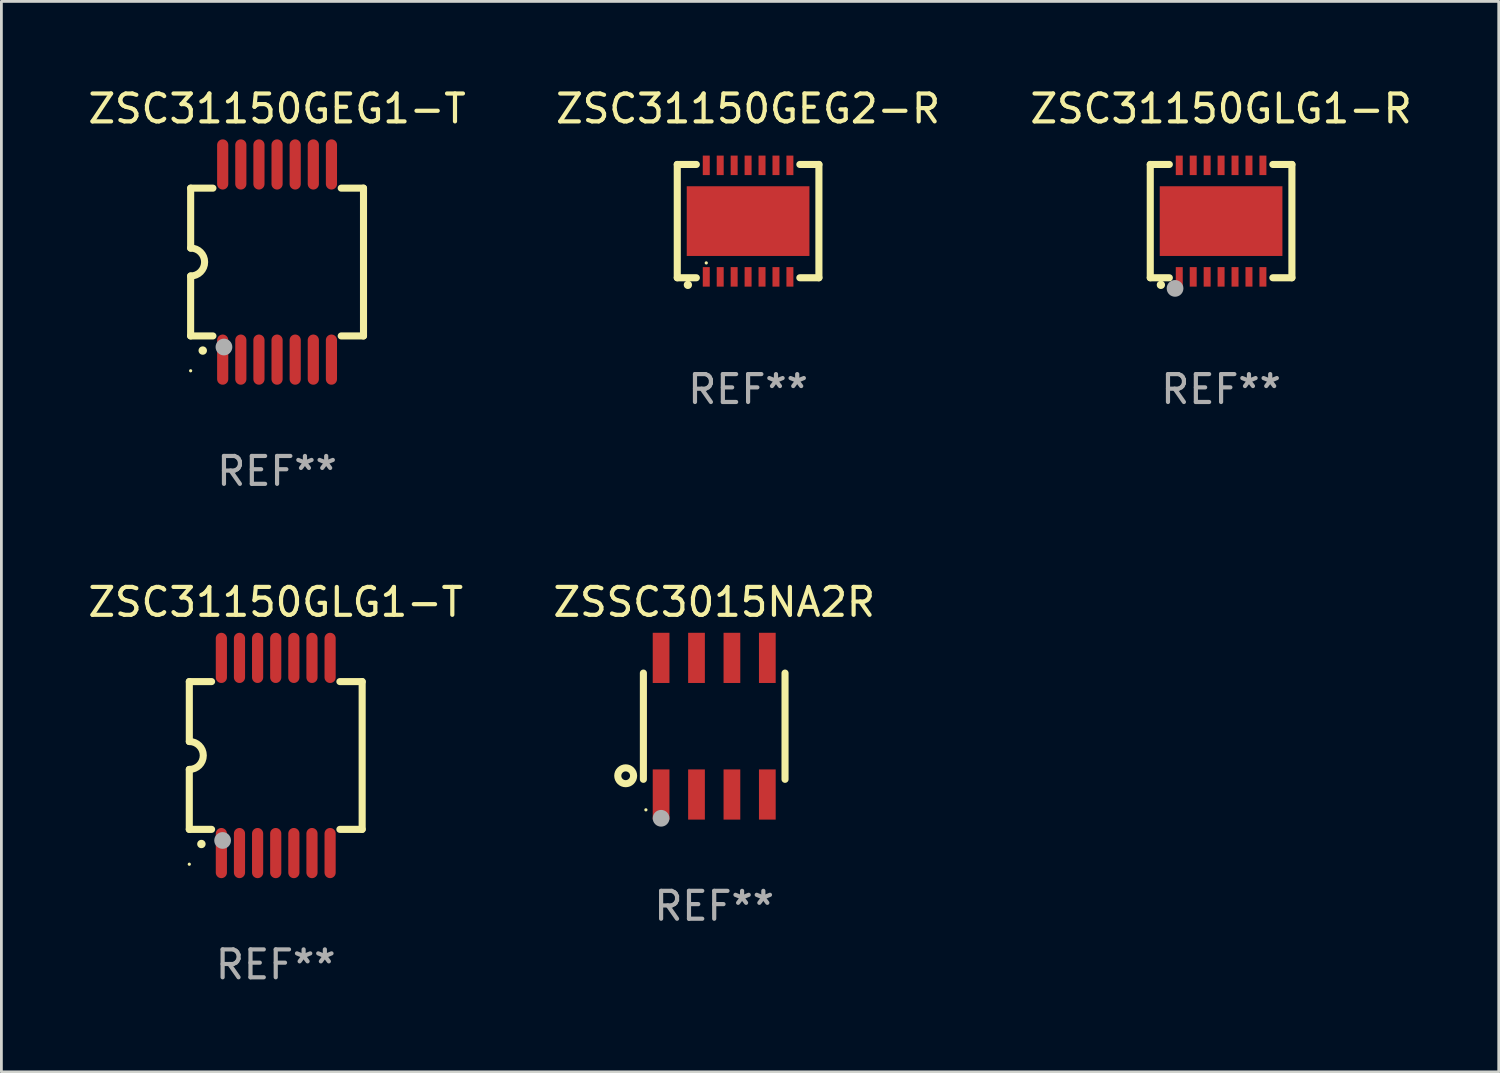
<source format=kicad_pcb>
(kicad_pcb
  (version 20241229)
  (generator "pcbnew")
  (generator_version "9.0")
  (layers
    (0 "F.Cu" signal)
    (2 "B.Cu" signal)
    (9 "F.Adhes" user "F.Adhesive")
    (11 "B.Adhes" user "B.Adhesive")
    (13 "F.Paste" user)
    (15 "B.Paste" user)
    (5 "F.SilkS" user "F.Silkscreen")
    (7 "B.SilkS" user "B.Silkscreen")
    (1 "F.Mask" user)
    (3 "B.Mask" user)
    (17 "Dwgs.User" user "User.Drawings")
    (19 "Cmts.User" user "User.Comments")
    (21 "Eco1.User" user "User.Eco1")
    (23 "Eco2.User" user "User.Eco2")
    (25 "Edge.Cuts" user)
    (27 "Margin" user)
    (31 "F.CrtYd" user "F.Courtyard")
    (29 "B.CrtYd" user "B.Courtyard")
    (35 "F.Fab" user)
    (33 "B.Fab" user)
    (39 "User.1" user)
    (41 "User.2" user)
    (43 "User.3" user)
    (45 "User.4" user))
  (footprint "ZSC31150GLG1-T"
    (layer "F.Cu")
    (at 6.839 24.045)
    (property "Reference" "ZSC31150GLG1-T" (at 0 -5.5 0) (layer "F.SilkS") (effects (font (size 1 1) (thickness 0.15))))
    (attr through_hole)
    (fp_line (start -3.1 2.65) (end -3.1 0.5) (stroke (width 0.254) (type solid)) (layer "F.SilkS"))
    (fp_line (start -3.099 -2.65) (end -2.301 -2.65) (stroke (width 0.254) (type solid)) (layer "F.SilkS"))
    (fp_line (start -3.099 -0.5) (end -3.099 -2.65) (stroke (width 0.254) (type solid)) (layer "F.SilkS"))
    (fp_line (start -2.301 2.65) (end -3.1 2.65) (stroke (width 0.254) (type solid)) (layer "F.SilkS"))
    (fp_line (start 2.301 -2.65) (end 3.1 -2.65) (stroke (width 0.254) (type solid)) (layer "F.SilkS"))
    (fp_line (start 3.1 -2.65) (end 3.1 2.65) (stroke (width 0.254) (type solid)) (layer "F.SilkS"))
    (fp_line (start 3.1 2.65) (end 2.301 2.65) (stroke (width 0.254) (type solid)) (layer "F.SilkS"))
    (fp_arc (start -3.098806 -0.500381) (mid -2.598806 0) (end -3.098806 0.500381) (stroke (width 0.254001) (type solid)) (layer "F.SilkS"))
    (fp_arc (start -2.667005 3.175006) (mid -2.665735 3.175001) (end -2.664465 3.175006) (stroke (width 0.3) (type solid)) (layer "F.SilkS"))
    (fp_circle (center -3.1 3.9) (end -3.07 3.9) (stroke (width 0.06) (type solid)) (fill no) (layer "F.SilkS"))
    (fp_circle (center -1.905 3.048) (end -1.755 3.048) (stroke (width 0.3) (type solid)) (fill no) (layer "F.Fab"))
    (fp_text user "REF**" (at 0 7.5 0) (layer "F.Fab") (effects (font (size 1 1) (thickness 0.15))))
    (pad "1" smd oval (at -1.95 3.5 270) (size 1.8 0.4) (layers "F.Cu" "F.Mask" "F.Paste"))
    (pad "2" smd oval (at -1.3 3.5 270) (size 1.8 0.4) (layers "F.Cu" "F.Mask" "F.Paste"))
    (pad "3" smd oval (at -0.65 3.5 270) (size 1.8 0.4) (layers "F.Cu" "F.Mask" "F.Paste"))
    (pad "4" smd oval (at 0 3.5 270) (size 1.8 0.4) (layers "F.Cu" "F.Mask" "F.Paste"))
    (pad "5" smd oval (at 0.65 3.5 270) (size 1.8 0.4) (layers "F.Cu" "F.Mask" "F.Paste"))
    (pad "6" smd oval (at 1.3 3.5 270) (size 1.8 0.4) (layers "F.Cu" "F.Mask" "F.Paste"))
    (pad "7" smd oval (at 1.95 3.5 270) (size 1.8 0.4) (layers "F.Cu" "F.Mask" "F.Paste"))
    (pad "8" smd oval (at 1.95 -3.5 90) (size 1.8 0.4) (layers "F.Cu" "F.Mask" "F.Paste"))
    (pad "9" smd oval (at 1.3 -3.5 90) (size 1.8 0.4) (layers "F.Cu" "F.Mask" "F.Paste"))
    (pad "10" smd oval (at 0.65 -3.5 90) (size 1.8 0.4) (layers "F.Cu" "F.Mask" "F.Paste"))
    (pad "11" smd oval (at 0 -3.5 90) (size 1.8 0.4) (layers "F.Cu" "F.Mask" "F.Paste"))
    (pad "12" smd oval (at -0.65 -3.5 90) (size 1.8 0.4) (layers "F.Cu" "F.Mask" "F.Paste"))
    (pad "13" smd oval (at -1.3 -3.5 90) (size 1.8 0.4) (layers "F.Cu" "F.Mask" "F.Paste"))
    (pad "14" smd oval (at -1.95 -3.5 90) (size 1.8 0.4) (layers "F.Cu" "F.Mask" "F.Paste")))
  (footprint "ZSC31150GLG1-R"
    (layer "F.Cu")
    (at 40.744 4.88)
    (property "Reference" "ZSC31150GLG1-R" (at 0 -4.032 0) (layer "F.SilkS") (effects (font (size 1 1) (thickness 0.15))))
    (attr through_hole)
    (fp_line (start -2.54 -2.032) (end -2.54 2.032) (stroke (width 0.254) (type solid)) (layer "F.SilkS"))
    (fp_line (start -2.54 2.032) (end -1.856 2.032) (stroke (width 0.254) (type solid)) (layer "F.SilkS"))
    (fp_line (start -1.856 -2.032) (end -2.54 -2.032) (stroke (width 0.254) (type solid)) (layer "F.SilkS"))
    (fp_line (start 1.856 2.032) (end 2.54 2.032) (stroke (width 0.254) (type solid)) (layer "F.SilkS"))
    (fp_line (start 2.54 -2.032) (end 1.856 -2.032) (stroke (width 0.254) (type solid)) (layer "F.SilkS"))
    (fp_line (start 2.54 2.032) (end 2.54 -2.032) (stroke (width 0.254) (type solid)) (layer "F.SilkS"))
    (fp_circle (center -2.54 2.032) (end -2.51 2.032) (stroke (width 0.06) (type solid)) (fill no) (layer "F.SilkS"))
    (fp_circle (center -2.159 2.286) (end -2.084 2.286) (stroke (width 0.15) (type solid)) (fill no) (layer "F.SilkS"))
    (fp_circle (center -1.651 2.413) (end -1.501 2.413) (stroke (width 0.3) (type solid)) (fill no) (layer "F.Fab"))
    (fp_text user "REF**" (at 0 6.032 0) (layer "F.Fab") (effects (font (size 1 1) (thickness 0.15))))
    (pad "1" smd rect (at -1.5 2) (size 0.25 0.7) (layers "F.Cu" "F.Mask" "F.Paste"))
    (pad "2" smd rect (at -1 2) (size 0.25 0.7) (layers "F.Cu" "F.Mask" "F.Paste"))
    (pad "3" smd rect (at -0.5 2) (size 0.25 0.7) (layers "F.Cu" "F.Mask" "F.Paste"))
    (pad "4" smd rect (at 0 2) (size 0.25 0.7) (layers "F.Cu" "F.Mask" "F.Paste"))
    (pad "5" smd rect (at 0.5 2) (size 0.25 0.7) (layers "F.Cu" "F.Mask" "F.Paste"))
    (pad "6" smd rect (at 1 2) (size 0.25 0.7) (layers "F.Cu" "F.Mask" "F.Paste"))
    (pad "7" smd rect (at 1.5 2) (size 0.25 0.7) (layers "F.Cu" "F.Mask" "F.Paste"))
    (pad "8" smd rect (at 1.5 -2) (size 0.25 0.7) (layers "F.Cu" "F.Mask" "F.Paste"))
    (pad "9" smd rect (at 1 -2) (size 0.25 0.7) (layers "F.Cu" "F.Mask" "F.Paste"))
    (pad "10" smd rect (at 0.5 -2) (size 0.25 0.7) (layers "F.Cu" "F.Mask" "F.Paste"))
    (pad "11" smd rect (at 0 -2) (size 0.25 0.7) (layers "F.Cu" "F.Mask" "F.Paste"))
    (pad "12" smd rect (at -0.5 -2) (size 0.25 0.7) (layers "F.Cu" "F.Mask" "F.Paste"))
    (pad "13" smd rect (at -1 -2) (size 0.25 0.7) (layers "F.Cu" "F.Mask" "F.Paste"))
    (pad "14" smd rect (at -1.5 -2) (size 0.25 0.7) (layers "F.Cu" "F.Mask" "F.Paste"))
    (pad "15" smd rect (at 0 0) (size 4.4 2.5) (layers "F.Cu" "F.Mask" "F.Paste")))
  (footprint "ZSC31150GEG2-R"
    (layer "F.Cu")
    (at 23.78 4.88)
    (property "Reference" "ZSC31150GEG2-R" (at 0 -4.032 0) (layer "F.SilkS") (effects (font (size 1 1) (thickness 0.15))))
    (attr through_hole)
    (fp_line (start -2.54 -2.032) (end -2.54 2.032) (stroke (width 0.254) (type solid)) (layer "F.SilkS"))
    (fp_line (start -2.54 2.032) (end -1.856 2.032) (stroke (width 0.254) (type solid)) (layer "F.SilkS"))
    (fp_line (start -1.856 -2.032) (end -2.54 -2.032) (stroke (width 0.254) (type solid)) (layer "F.SilkS"))
    (fp_line (start 1.856 2.032) (end 2.54 2.032) (stroke (width 0.254) (type solid)) (layer "F.SilkS"))
    (fp_line (start 2.54 -2.032) (end 1.856 -2.032) (stroke (width 0.254) (type solid)) (layer "F.SilkS"))
    (fp_line (start 2.54 2.032) (end 2.54 -2.032) (stroke (width 0.254) (type solid)) (layer "F.SilkS"))
    (fp_circle (center -2.159 2.286) (end -2.084 2.286) (stroke (width 0.15) (type solid)) (fill no) (layer "F.SilkS"))
    (fp_circle (center -1.5 1.5) (end -1.47 1.5) (stroke (width 0.06) (type solid)) (fill no) (layer "F.SilkS"))
    (fp_text user "REF**" (at 0 6.032 0) (layer "F.Fab") (effects (font (size 1 1) (thickness 0.15))))
    (pad "1" smd rect (at -1.5 2) (size 0.25 0.7) (layers "F.Cu" "F.Mask" "F.Paste"))
    (pad "2" smd rect (at -1 2) (size 0.25 0.7) (layers "F.Cu" "F.Mask" "F.Paste"))
    (pad "3" smd rect (at -0.5 2) (size 0.25 0.7) (layers "F.Cu" "F.Mask" "F.Paste"))
    (pad "4" smd rect (at 0 2) (size 0.25 0.7) (layers "F.Cu" "F.Mask" "F.Paste"))
    (pad "5" smd rect (at 0.5 2) (size 0.25 0.7) (layers "F.Cu" "F.Mask" "F.Paste"))
    (pad "6" smd rect (at 1 2) (size 0.25 0.7) (layers "F.Cu" "F.Mask" "F.Paste"))
    (pad "7" smd rect (at 1.5 2) (size 0.25 0.7) (layers "F.Cu" "F.Mask" "F.Paste"))
    (pad "8" smd rect (at 1.5 -2) (size 0.25 0.7) (layers "F.Cu" "F.Mask" "F.Paste"))
    (pad "9" smd rect (at 1 -2) (size 0.25 0.7) (layers "F.Cu" "F.Mask" "F.Paste"))
    (pad "10" smd rect (at 0.5 -2) (size 0.25 0.7) (layers "F.Cu" "F.Mask" "F.Paste"))
    (pad "11" smd rect (at 0 -2) (size 0.25 0.7) (layers "F.Cu" "F.Mask" "F.Paste"))
    (pad "12" smd rect (at -0.5 -2) (size 0.25 0.7) (layers "F.Cu" "F.Mask" "F.Paste"))
    (pad "13" smd rect (at -1 -2) (size 0.25 0.7) (layers "F.Cu" "F.Mask" "F.Paste"))
    (pad "14" smd rect (at -1.5 -2) (size 0.25 0.7) (layers "F.Cu" "F.Mask" "F.Paste"))
    (pad "15" smd rect (at 0 0) (size 4.4 2.5) (layers "F.Cu" "F.Mask" "F.Paste")))
  (footprint "ZSSC3015NA2R"
    (layer "F.Cu")
    (at 22.565 22.995)
    (property "Reference" "ZSSC3015NA2R" (at 0 -4.45 0) (layer "F.SilkS") (effects (font (size 1 1) (thickness 0.15))))
    (attr through_hole)
    (fp_line (start -2.54 -1.905) (end -2.54 1.905) (stroke (width 0.254) (type solid)) (layer "F.SilkS"))
    (fp_line (start 2.54 -1.905) (end 2.54 1.905) (stroke (width 0.254) (type solid)) (layer "F.SilkS"))
    (fp_circle (center -3.175 1.778) (end -2.891 1.778) (stroke (width 0.254) (type solid)) (fill no) (layer "F.SilkS"))
    (fp_circle (center -2.45 3) (end -2.42 3) (stroke (width 0.06) (type solid)) (fill no) (layer "F.SilkS"))
    (fp_circle (center -1.905 3.302) (end -1.755 3.302) (stroke (width 0.3) (type solid)) (fill no) (layer "F.Fab"))
    (fp_text user "REF**" (at 0 6.45 0) (layer "F.Fab") (effects (font (size 1 1) (thickness 0.15))))
    (pad "1" smd rect (at -1.905 2.45) (size 0.6 1.8) (layers "F.Cu" "F.Mask" "F.Paste"))
    (pad "2" smd rect (at -0.635 2.45) (size 0.6 1.8) (layers "F.Cu" "F.Mask" "F.Paste"))
    (pad "3" smd rect (at 0.635 2.45) (size 0.6 1.8) (layers "F.Cu" "F.Mask" "F.Paste"))
    (pad "4" smd rect (at 1.905 2.45) (size 0.6 1.8) (layers "F.Cu" "F.Mask" "F.Paste"))
    (pad "5" smd rect (at 1.905 -2.45 180) (size 0.6 1.8) (layers "F.Cu" "F.Mask" "F.Paste"))
    (pad "6" smd rect (at 0.635 -2.45 180) (size 0.6 1.8) (layers "F.Cu" "F.Mask" "F.Paste"))
    (pad "7" smd rect (at -0.635 -2.45 180) (size 0.6 1.8) (layers "F.Cu" "F.Mask" "F.Paste"))
    (pad "8" smd rect (at -1.905 -2.45 180) (size 0.6 1.8) (layers "F.Cu" "F.Mask" "F.Paste")))
  (footprint "ZSC31150GEG1-T"
    (layer "F.Cu")
    (at 6.887 6.348)
    (property "Reference" "ZSC31150GEG1-T" (at 0 -5.5 0) (layer "F.SilkS") (effects (font (size 1 1) (thickness 0.15))))
    (attr through_hole)
    (fp_line (start -3.1 2.65) (end -3.1 0.5) (stroke (width 0.254) (type solid)) (layer "F.SilkS"))
    (fp_line (start -3.099 -2.65) (end -2.301 -2.65) (stroke (width 0.254) (type solid)) (layer "F.SilkS"))
    (fp_line (start -3.099 -0.5) (end -3.099 -2.65) (stroke (width 0.254) (type solid)) (layer "F.SilkS"))
    (fp_line (start -2.301 2.65) (end -3.1 2.65) (stroke (width 0.254) (type solid)) (layer "F.SilkS"))
    (fp_line (start 2.301 -2.65) (end 3.1 -2.65) (stroke (width 0.254) (type solid)) (layer "F.SilkS"))
    (fp_line (start 3.1 -2.65) (end 3.1 2.65) (stroke (width 0.254) (type solid)) (layer "F.SilkS"))
    (fp_line (start 3.1 2.65) (end 2.301 2.65) (stroke (width 0.254) (type solid)) (layer "F.SilkS"))
    (fp_arc (start -3.098806 -0.500381) (mid -2.598806 0) (end -3.098806 0.500381) (stroke (width 0.254001) (type solid)) (layer "F.SilkS"))
    (fp_arc (start -2.667005 3.175006) (mid -2.665735 3.175001) (end -2.664465 3.175006) (stroke (width 0.3) (type solid)) (layer "F.SilkS"))
    (fp_circle (center -3.1 3.9) (end -3.07 3.9) (stroke (width 0.06) (type solid)) (fill no) (layer "F.SilkS"))
    (fp_circle (center -1.905 3.048) (end -1.755 3.048) (stroke (width 0.3) (type solid)) (fill no) (layer "F.Fab"))
    (fp_text user "REF**" (at 0 7.5 0) (layer "F.Fab") (effects (font (size 1 1) (thickness 0.15))))
    (pad "1" smd oval (at -1.95 3.5 270) (size 1.8 0.4) (layers "F.Cu" "F.Mask" "F.Paste"))
    (pad "2" smd oval (at -1.3 3.5 270) (size 1.8 0.4) (layers "F.Cu" "F.Mask" "F.Paste"))
    (pad "3" smd oval (at -0.65 3.5 270) (size 1.8 0.4) (layers "F.Cu" "F.Mask" "F.Paste"))
    (pad "4" smd oval (at 0 3.5 270) (size 1.8 0.4) (layers "F.Cu" "F.Mask" "F.Paste"))
    (pad "5" smd oval (at 0.65 3.5 270) (size 1.8 0.4) (layers "F.Cu" "F.Mask" "F.Paste"))
    (pad "6" smd oval (at 1.3 3.5 270) (size 1.8 0.4) (layers "F.Cu" "F.Mask" "F.Paste"))
    (pad "7" smd oval (at 1.95 3.5 270) (size 1.8 0.4) (layers "F.Cu" "F.Mask" "F.Paste"))
    (pad "8" smd oval (at 1.95 -3.5 90) (size 1.8 0.4) (layers "F.Cu" "F.Mask" "F.Paste"))
    (pad "9" smd oval (at 1.3 -3.5 90) (size 1.8 0.4) (layers "F.Cu" "F.Mask" "F.Paste"))
    (pad "10" smd oval (at 0.65 -3.5 90) (size 1.8 0.4) (layers "F.Cu" "F.Mask" "F.Paste"))
    (pad "11" smd oval (at 0 -3.5 90) (size 1.8 0.4) (layers "F.Cu" "F.Mask" "F.Paste"))
    (pad "12" smd oval (at -0.65 -3.5 90) (size 1.8 0.4) (layers "F.Cu" "F.Mask" "F.Paste"))
    (pad "13" smd oval (at -1.3 -3.5 90) (size 1.8 0.4) (layers "F.Cu" "F.Mask" "F.Paste"))
    (pad "14" smd oval (at -1.95 -3.5 90) (size 1.8 0.4) (layers "F.Cu" "F.Mask" "F.Paste")))
  (gr_rect
    (start -3 -3)
    (end 50.702 35.393)
    (stroke (width 0.1) (type default))
    (fill no)
    (layer "Edge.Cuts")))
</source>
